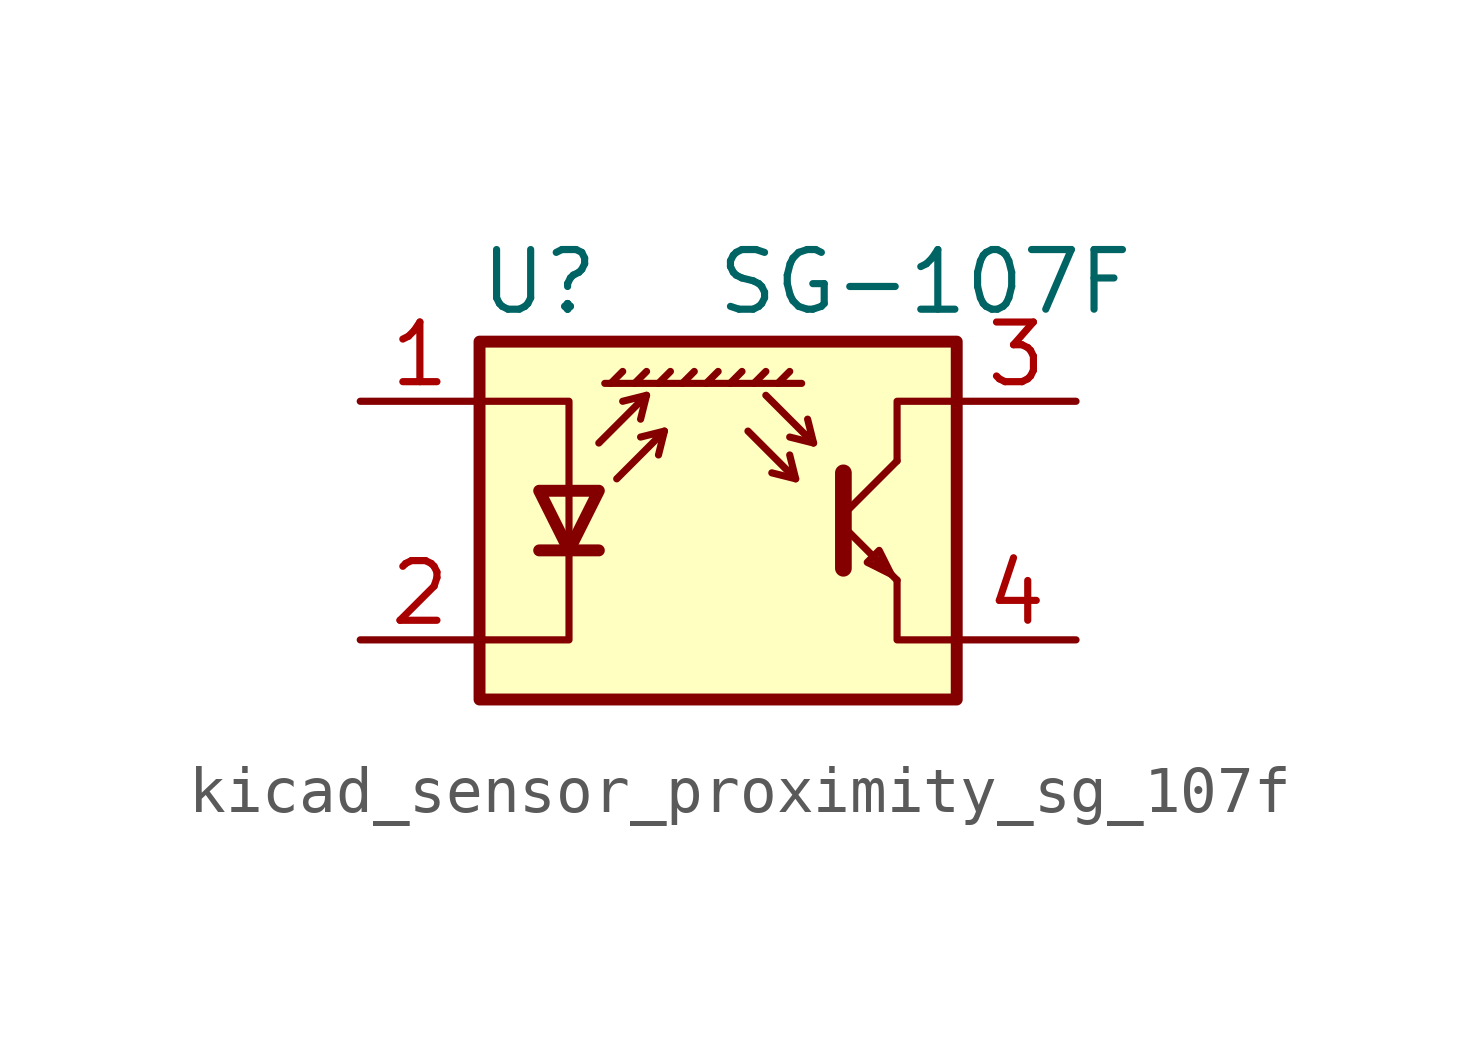
<source format=kicad_sym>
(kicad_symbol_lib
  (version 20220914)
  (generator kicad_symbol_editor)
  (symbol "kicad_sensor_proximity_sg_107f"
    (pin_names
      (offset 1.016) hide)
    (property "Reference" "U"
      (at -3.81 5.08 0)
      (effects (font (size 1.27 1.27))))
    (property "Value" "SG-107F"
      (at 8.89 5.08 0)
      (effects (font (size 1.27 1.27)) (justify right)))
    (symbol "kicad_sensor_proximity_sg_107f_0_1"
      (polyline (pts (xy -3.81 -0.635) (xy -2.54 -0.635)) (stroke (width 0.254) (type default)) (fill (type none)))
      (polyline (pts (xy -2.286 2.921) (xy -2.032 3.175)) (stroke (width 0) (type default)) (fill (type none)))
      (polyline (pts (xy -1.778 2.921) (xy -1.524 3.175)) (stroke (width 0) (type default)) (fill (type none)))
      (polyline (pts (xy -1.524 2.667) (xy -1.651 2.159)) (stroke (width 0) (type default)) (fill (type none)))
      (polyline (pts (xy -1.27 2.921) (xy -1.016 3.175)) (stroke (width 0) (type default)) (fill (type none)))
      (polyline (pts (xy -1.143 1.905) (xy -1.27 1.397)) (stroke (width 0) (type default)) (fill (type none)))
      (polyline (pts (xy -0.762 2.921) (xy -0.508 3.175)) (stroke (width 0) (type default)) (fill (type none)))
      (polyline (pts (xy -0.254 2.921) (xy 0 3.175)) (stroke (width 0) (type default)) (fill (type none)))
      (polyline (pts (xy 0.254 2.921) (xy 0.508 3.175)) (stroke (width 0) (type default)) (fill (type none)))
      (polyline (pts (xy 0.762 2.921) (xy 1.016 3.175)) (stroke (width 0) (type default)) (fill (type none)))
      (polyline (pts (xy 1.27 2.921) (xy 1.524 3.175)) (stroke (width 0) (type default)) (fill (type none)))
      (polyline (pts (xy 1.651 0.889) (xy 1.143 1.016)) (stroke (width 0) (type default)) (fill (type none)))
      (polyline (pts (xy 1.778 2.921) (xy -2.413 2.921)) (stroke (width 0) (type default)) (fill (type none)))
      (polyline (pts (xy 2.032 1.651) (xy 1.524 1.778)) (stroke (width 0) (type default)) (fill (type none)))
      (polyline (pts (xy 2.667 -0.127) (xy 3.81 -1.27)) (stroke (width 0) (type default)) (fill (type none)))
      (polyline (pts (xy 2.667 0.127) (xy 3.81 1.27)) (stroke (width 0) (type default)) (fill (type none)))
      (polyline (pts (xy -2.54 1.651) (xy -1.524 2.667) (xy -2.032 2.54)) (stroke (width 0) (type default)) (fill (type none)))
      (polyline (pts (xy -2.159 0.889) (xy -1.143 1.905) (xy -1.651 1.778)) (stroke (width 0) (type default)) (fill (type none)))
      (polyline (pts (xy 0.635 1.905) (xy 1.651 0.889) (xy 1.524 1.397)) (stroke (width 0) (type default)) (fill (type none)))
      (polyline (pts (xy 1.016 2.667) (xy 2.032 1.651) (xy 1.905 2.159)) (stroke (width 0) (type default)) (fill (type none)))
      (polyline (pts (xy 2.667 1.016) (xy 2.667 -1.016) (xy 2.667 -1.016)) (stroke (width 0.356) (type default)) (fill (type none)))
      (polyline (pts (xy 3.81 -1.27) (xy 3.81 -2.54) (xy 5.08 -2.54)) (stroke (width 0) (type default)) (fill (type none)))
      (polyline (pts (xy 3.81 1.27) (xy 3.81 2.54) (xy 5.08 2.54)) (stroke (width 0) (type default)) (fill (type none)))
      (polyline (pts (xy -5.08 -2.54) (xy -3.175 -2.54) (xy -3.175 2.54) (xy -5.08 2.54)) (stroke (width 0) (type default)) (fill (type none)))
      (polyline (pts (xy -3.175 -0.635) (xy -3.81 0.635) (xy -2.54 0.635) (xy -3.175 -0.635)) (stroke (width 0.254) (type default)) (fill (type none)))
      (polyline (pts (xy 3.683 -1.143) (xy 3.429 -0.635) (xy 3.175 -0.889) (xy 3.683 -1.143)) (stroke (width 0) (type default)) (fill (type none)))
      (polyline (pts (xy -5.08 -3.81) (xy 5.08 -3.81) (xy 5.08 3.81) (xy -5.08 3.81) (xy -5.08 -3.81)) (stroke (width 0.254) (type default)) (fill (type background))))
    (symbol "kicad_sensor_proximity_sg_107f_1_1"
      (pin passive line (at -7.62 2.54 0) (length 2.54) (name "A" (effects (font (size 1.27 1.27)))) (number "1" (effects (font (size 1.27 1.27)))))
      (pin passive line (at -7.62 -2.54 0) (length 2.54) (name "K" (effects (font (size 1.27 1.27)))) (number "2" (effects (font (size 1.27 1.27)))))
      (pin open_collector line (at 7.62 2.54 180) (length 2.54) (name "C" (effects (font (size 1.27 1.27)))) (number "3" (effects (font (size 1.27 1.27)))))
      (pin open_emitter line (at 7.62 -2.54 180) (length 2.54) (name "E" (effects (font (size 1.27 1.27)))) (number "4" (effects (font (size 1.27 1.27))))))))
</source>
